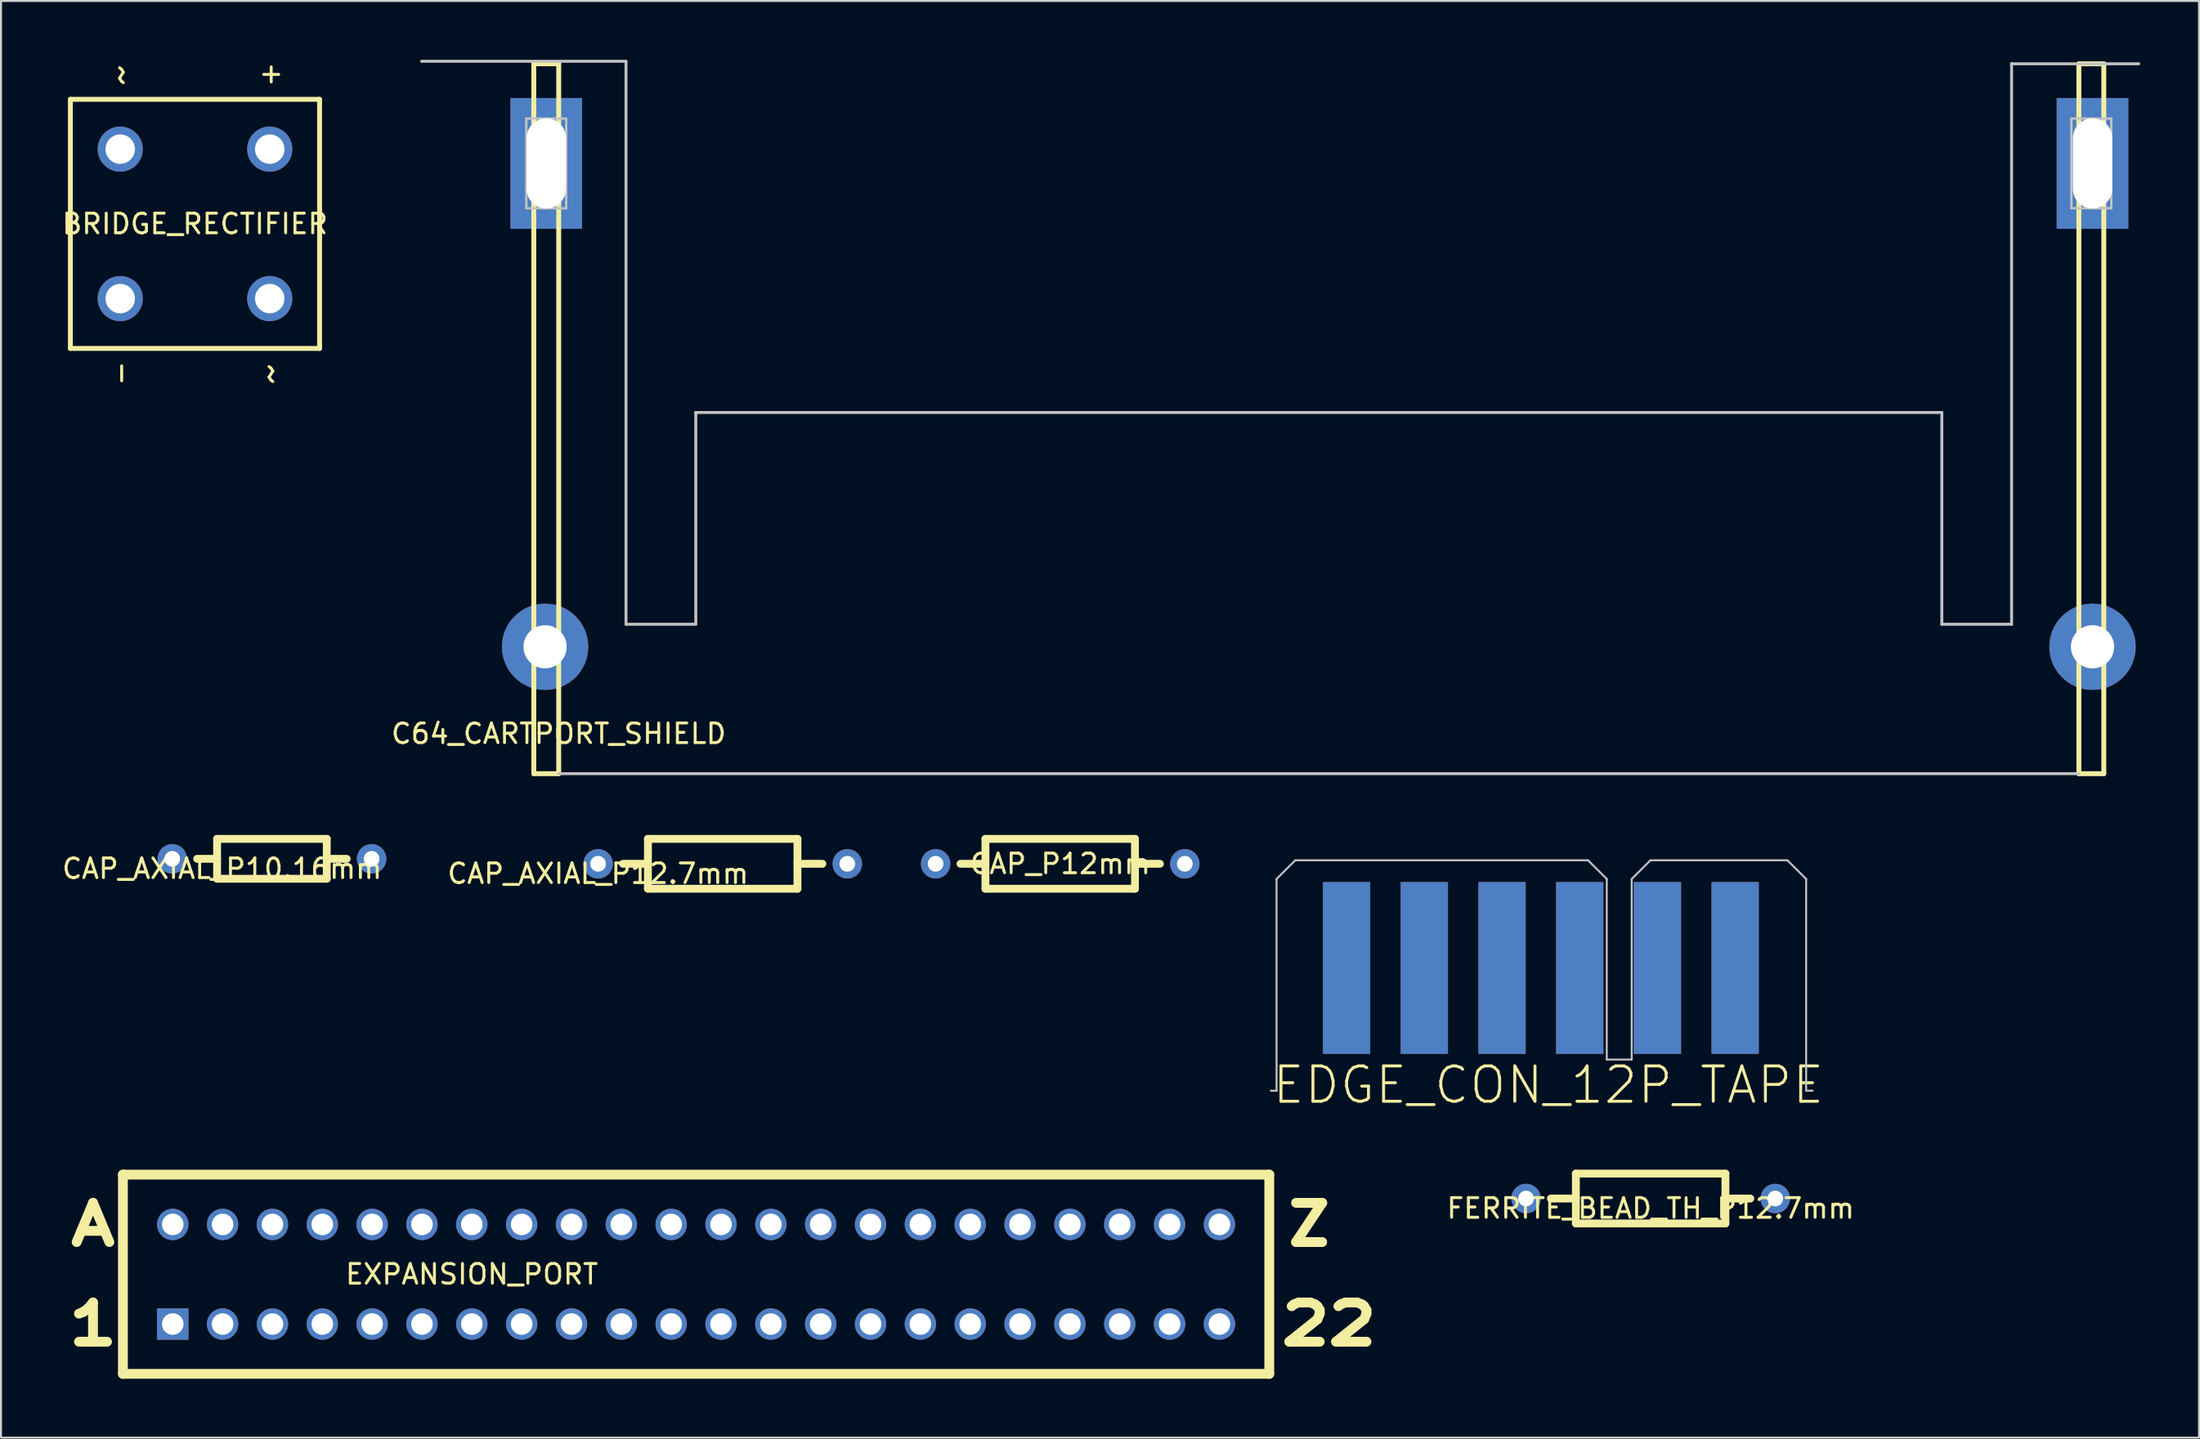
<source format=kicad_pcb>
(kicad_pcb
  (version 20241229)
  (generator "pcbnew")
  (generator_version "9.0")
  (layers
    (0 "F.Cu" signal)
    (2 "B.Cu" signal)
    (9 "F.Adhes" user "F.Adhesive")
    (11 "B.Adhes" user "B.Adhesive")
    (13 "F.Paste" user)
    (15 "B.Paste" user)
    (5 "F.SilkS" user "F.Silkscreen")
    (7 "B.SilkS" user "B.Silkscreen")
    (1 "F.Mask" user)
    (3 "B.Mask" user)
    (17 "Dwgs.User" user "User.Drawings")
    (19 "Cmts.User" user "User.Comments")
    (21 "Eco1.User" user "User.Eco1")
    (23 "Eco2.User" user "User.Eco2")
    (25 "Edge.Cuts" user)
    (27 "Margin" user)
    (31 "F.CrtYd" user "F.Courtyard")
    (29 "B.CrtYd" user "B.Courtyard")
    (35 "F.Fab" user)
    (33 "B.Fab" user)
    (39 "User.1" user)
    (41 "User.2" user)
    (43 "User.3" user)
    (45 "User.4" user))
  (footprint "CAP_AXIAL_P12.7mm"
    (layer "F.Cu")
    (at 27.43 40.992)
    (property "Reference" "CAP_AXIAL_P12.7mm" (at 0 0.5 0) (layer "F.SilkS") (effects (font (size 1 1) (thickness 0.15))))
    (attr through_hole)
    (fp_line (start 1.27 0) (end 2.54 0) (stroke (width 0.4) (type solid)) (layer "F.SilkS"))
    (fp_line (start 2.54 -1.27) (end 10.16 -1.27) (stroke (width 0.4) (type solid)) (layer "F.SilkS"))
    (fp_line (start 2.54 1.27) (end 2.54 -1.27) (stroke (width 0.4) (type solid)) (layer "F.SilkS"))
    (fp_line (start 10.16 -1.27) (end 10.16 1.27) (stroke (width 0.4) (type solid)) (layer "F.SilkS"))
    (fp_line (start 10.16 0) (end 11.43 0) (stroke (width 0.4) (type solid)) (layer "F.SilkS"))
    (fp_line (start 10.16 1.27) (end 2.54 1.27) (stroke (width 0.4) (type solid)) (layer "F.SilkS"))
    (pad "1" thru_hole circle (at 0 0) (size 1.5 1.5) (drill 0.8) (layers "*.Cu" "*.Mask"))
    (pad "2" thru_hole circle (at 12.7 0) (size 1.5 1.5) (drill 0.8) (layers "*.Cu" "*.Mask")))
  (footprint "FERRITE_BEAD_TH_P12.7mm"
    (layer "F.Cu")
    (at 81.069 58.058)
    (property "Reference" "FERRITE_BEAD_TH_P12.7mm" (at 0 0.5 0) (layer "F.SilkS") (effects (font (size 1 1) (thickness 0.15))))
    (attr through_hole)
    (fp_line (start -5.08 0) (end -3.81 0) (stroke (width 0.4) (type solid)) (layer "F.SilkS"))
    (fp_line (start -3.81 -1.27) (end 3.81 -1.27) (stroke (width 0.4) (type solid)) (layer "F.SilkS"))
    (fp_line (start -3.81 1.27) (end -3.81 -1.27) (stroke (width 0.4) (type solid)) (layer "F.SilkS"))
    (fp_line (start 3.81 -1.27) (end 3.81 1.27) (stroke (width 0.4) (type solid)) (layer "F.SilkS"))
    (fp_line (start 3.81 0) (end 5.08 0) (stroke (width 0.4) (type solid)) (layer "F.SilkS"))
    (fp_line (start 3.81 1.27) (end -3.81 1.27) (stroke (width 0.4) (type solid)) (layer "F.SilkS"))
    (pad "1" thru_hole circle (at -6.35 0) (size 1.5 1.5) (drill 0.8) (layers "*.Cu" "*.Mask"))
    (pad "2" thru_hole circle (at 6.35 0) (size 1.5 1.5) (drill 0.8) (layers "*.Cu" "*.Mask")))
  (footprint "CAP_AXIAL_P10.16mm"
    (layer "F.Cu")
    (at 8.268 40.738)
    (property "Reference" "CAP_AXIAL_P10.16mm" (at 0 0.5 0) (layer "F.SilkS") (effects (font (size 1 1) (thickness 0.15))))
    (attr through_hole)
    (fp_line (start -1.27 0) (end -0.254 0) (stroke (width 0.4) (type solid)) (layer "F.SilkS"))
    (fp_line (start -0.254 -1.016) (end 5.334 -1.016) (stroke (width 0.4) (type solid)) (layer "F.SilkS"))
    (fp_line (start -0.254 1.016) (end -0.254 -1.016) (stroke (width 0.4) (type solid)) (layer "F.SilkS"))
    (fp_line (start 5.334 -1.016) (end 5.334 1.016) (stroke (width 0.4) (type solid)) (layer "F.SilkS"))
    (fp_line (start 5.334 0) (end 6.35 0) (stroke (width 0.4) (type solid)) (layer "F.SilkS"))
    (fp_line (start 5.334 1.016) (end -0.254 1.016) (stroke (width 0.4) (type solid)) (layer "F.SilkS"))
    (pad "1" thru_hole circle (at -2.54 0) (size 1.5 1.5) (drill 0.8) (layers "*.Cu" "*.Mask"))
    (pad "2" thru_hole circle (at 7.62 0) (size 1.5 1.5) (drill 0.8) (layers "*.Cu" "*.Mask")))
  (footprint "EXPANSION_PORT"
    (layer "F.Cu")
    (at 5.754 64.458)
    (property "Reference" "EXPANSION_PORT" (at 15.24 -2.54 0) (layer "F.SilkS") (effects (font (size 1 1) (thickness 0.15))))
    (attr through_hole)
    (fp_line (start -2.54 -7.62) (end -2.54 2.54) (stroke (width 0.5) (type solid)) (layer "F.SilkS"))
    (fp_line (start -2.54 -7.62) (end 55.88 -7.62) (stroke (width 0.5) (type solid)) (layer "F.SilkS"))
    (fp_line (start -2.54 2.54) (end 55.88 2.54) (stroke (width 0.5) (type solid)) (layer "F.SilkS"))
    (fp_line (start 55.88 -7.62) (end 55.88 2.54) (stroke (width 0.5) (type solid)) (layer "F.SilkS"))
    (fp_text user "A" (at -4.064 -5.08 0) (layer "F.SilkS") (effects (font (size 2 2.5) (thickness 0.5))))
    (fp_text user "1" (at -4.064 0 0) (layer "F.SilkS") (effects (font (size 2 2.5) (thickness 0.5))))
    (fp_text user "Z" (at 57.912 -5.08 0) (layer "F.SilkS") (effects (font (size 2 2) (thickness 0.5))))
    (fp_text user "22" (at 58.928 0 0) (layer "F.SilkS") (effects (font (size 2 2.5) (thickness 0.5))))
    (pad "1" thru_hole rect (at 0 0) (size 1.6 1.6) (drill 1.1) (layers "*.Cu" "*.Mask"))
    (pad "2" thru_hole circle (at 2.54 0) (size 1.6 1.6) (drill 1.1) (layers "*.Cu" "*.Mask"))
    (pad "3" thru_hole circle (at 5.08 0) (size 1.6 1.6) (drill 1.1) (layers "*.Cu" "*.Mask"))
    (pad "4" thru_hole circle (at 7.62 0) (size 1.6 1.6) (drill 1.1) (layers "*.Cu" "*.Mask"))
    (pad "5" thru_hole circle (at 10.16 0) (size 1.6 1.6) (drill 1.1) (layers "*.Cu" "*.Mask"))
    (pad "6" thru_hole circle (at 12.7 0) (size 1.6 1.6) (drill 1.1) (layers "*.Cu" "*.Mask"))
    (pad "7" thru_hole circle (at 15.24 0) (size 1.6 1.6) (drill 1.1) (layers "*.Cu" "*.Mask"))
    (pad "8" thru_hole circle (at 17.78 0) (size 1.6 1.6) (drill 1.1) (layers "*.Cu" "*.Mask"))
    (pad "9" thru_hole circle (at 20.32 0) (size 1.6 1.6) (drill 1.1) (layers "*.Cu" "*.Mask"))
    (pad "10" thru_hole circle (at 22.86 0) (size 1.6 1.6) (drill 1.1) (layers "*.Cu" "*.Mask"))
    (pad "11" thru_hole circle (at 25.4 0) (size 1.6 1.6) (drill 1.1) (layers "*.Cu" "*.Mask"))
    (pad "12" thru_hole circle (at 27.94 0) (size 1.6 1.6) (drill 1.1) (layers "*.Cu" "*.Mask"))
    (pad "13" thru_hole circle (at 30.48 0) (size 1.6 1.6) (drill 1.1) (layers "*.Cu" "*.Mask"))
    (pad "14" thru_hole circle (at 33.02 0) (size 1.6 1.6) (drill 1.1) (layers "*.Cu" "*.Mask"))
    (pad "15" thru_hole circle (at 35.56 0) (size 1.6 1.6) (drill 1.1) (layers "*.Cu" "*.Mask"))
    (pad "16" thru_hole circle (at 38.1 0) (size 1.6 1.6) (drill 1.1) (layers "*.Cu" "*.Mask"))
    (pad "17" thru_hole circle (at 40.64 0) (size 1.6 1.6) (drill 1.1) (layers "*.Cu" "*.Mask"))
    (pad "18" thru_hole circle (at 43.18 0) (size 1.6 1.6) (drill 1.1) (layers "*.Cu" "*.Mask"))
    (pad "19" thru_hole circle (at 45.72 0) (size 1.6 1.6) (drill 1.1) (layers "*.Cu" "*.Mask"))
    (pad "20" thru_hole circle (at 48.26 0) (size 1.6 1.6) (drill 1.1) (layers "*.Cu" "*.Mask"))
    (pad "21" thru_hole circle (at 50.8 0) (size 1.6 1.6) (drill 1.1) (layers "*.Cu" "*.Mask"))
    (pad "22" thru_hole circle (at 53.34 0) (size 1.6 1.6) (drill 1.1) (layers "*.Cu" "*.Mask"))
    (pad "A" thru_hole circle (at 0 -5.08) (size 1.6 1.6) (drill 1.1) (layers "*.Cu" "*.Mask"))
    (pad "B" thru_hole circle (at 2.54 -5.08) (size 1.6 1.6) (drill 1.1) (layers "*.Cu" "*.Mask"))
    (pad "C" thru_hole circle (at 5.08 -5.08) (size 1.6 1.6) (drill 1.1) (layers "*.Cu" "*.Mask"))
    (pad "D" thru_hole circle (at 7.62 -5.08) (size 1.6 1.6) (drill 1.1) (layers "*.Cu" "*.Mask"))
    (pad "E" thru_hole circle (at 10.16 -5.08) (size 1.6 1.6) (drill 1.1) (layers "*.Cu" "*.Mask"))
    (pad "F" thru_hole circle (at 12.7 -5.08) (size 1.6 1.6) (drill 1.1) (layers "*.Cu" "*.Mask"))
    (pad "H" thru_hole circle (at 15.24 -5.08) (size 1.6 1.6) (drill 1.1) (layers "*.Cu" "*.Mask"))
    (pad "J" thru_hole circle (at 17.78 -5.08) (size 1.6 1.6) (drill 1.1) (layers "*.Cu" "*.Mask"))
    (pad "K" thru_hole circle (at 20.32 -5.08) (size 1.6 1.6) (drill 1.1) (layers "*.Cu" "*.Mask"))
    (pad "L" thru_hole circle (at 22.86 -5.08) (size 1.6 1.6) (drill 1.1) (layers "*.Cu" "*.Mask"))
    (pad "M" thru_hole circle (at 25.4 -5.08) (size 1.6 1.6) (drill 1.1) (layers "*.Cu" "*.Mask"))
    (pad "N" thru_hole circle (at 27.94 -5.08) (size 1.6 1.6) (drill 1.1) (layers "*.Cu" "*.Mask"))
    (pad "P" thru_hole circle (at 30.48 -5.08) (size 1.6 1.6) (drill 1.1) (layers "*.Cu" "*.Mask"))
    (pad "R" thru_hole circle (at 33.02 -5.08) (size 1.6 1.6) (drill 1.1) (layers "*.Cu" "*.Mask"))
    (pad "S" thru_hole circle (at 35.56 -5.08) (size 1.6 1.6) (drill 1.1) (layers "*.Cu" "*.Mask"))
    (pad "T" thru_hole circle (at 38.1 -5.08) (size 1.6 1.6) (drill 1.1) (layers "*.Cu" "*.Mask"))
    (pad "U" thru_hole circle (at 40.64 -5.08) (size 1.6 1.6) (drill 1.1) (layers "*.Cu" "*.Mask"))
    (pad "V" thru_hole circle (at 43.18 -5.08) (size 1.6 1.6) (drill 1.1) (layers "*.Cu" "*.Mask"))
    (pad "W" thru_hole circle (at 45.72 -5.08) (size 1.6 1.6) (drill 1.1) (layers "*.Cu" "*.Mask"))
    (pad "X" thru_hole circle (at 48.26 -5.08) (size 1.6 1.6) (drill 1.1) (layers "*.Cu" "*.Mask"))
    (pad "Y" thru_hole circle (at 50.8 -5.08) (size 1.6 1.6) (drill 1.1) (layers "*.Cu" "*.Mask"))
    (pad "Z" thru_hole circle (at 53.34 -5.08) (size 1.6 1.6) (drill 1.1) (layers "*.Cu" "*.Mask")))
  (footprint "C64_CARTPORT_SHIELD"
    (layer "F.Cu")
    (at 64.158 33.857)
    (property "Reference" "C64_CARTPORT_SHIELD" (at -38.735 0.5 0) (layer "F.SilkS") (effects (font (size 1 1) (thickness 0.15))))
    (attr through_hole)
    (fp_line (start -40.005 -33.655) (end -40.005 2.54) (stroke (width 0.25) (type solid)) (layer "F.SilkS"))
    (fp_line (start -40.005 -33.655) (end -38.735 -33.655) (stroke (width 0.25) (type solid)) (layer "F.SilkS"))
    (fp_line (start -38.735 -33.655) (end -38.735 2.54) (stroke (width 0.25) (type solid)) (layer "F.SilkS"))
    (fp_line (start -38.735 2.54) (end -40.005 2.54) (stroke (width 0.25) (type solid)) (layer "F.SilkS"))
    (fp_line (start 38.735 -33.655) (end 38.735 2.54) (stroke (width 0.25) (type solid)) (layer "F.SilkS"))
    (fp_line (start 38.735 2.54) (end 40.005 2.54) (stroke (width 0.25) (type solid)) (layer "F.SilkS"))
    (fp_line (start 40.005 -33.655) (end 38.735 -33.655) (stroke (width 0.25) (type solid)) (layer "F.SilkS"))
    (fp_line (start 40.005 -33.655) (end 40.005 2.54) (stroke (width 0.25) (type solid)) (layer "F.SilkS"))
    (fp_line (start -40.386 -30.861) (end -40.386 -26.289) (stroke (width 0.12) (type solid)) (layer "Dwgs.User"))
    (fp_line (start -38.354 -30.861) (end -40.386 -30.861) (stroke (width 0.12) (type solid)) (layer "Dwgs.User"))
    (fp_line (start -38.354 -26.289) (end -40.386 -26.289) (stroke (width 0.12) (type solid)) (layer "Dwgs.User"))
    (fp_line (start -38.354 -26.289) (end -38.354 -30.861) (stroke (width 0.12) (type solid)) (layer "Dwgs.User"))
    (fp_line (start -35.306 -33.782) (end -45.72 -33.782) (stroke (width 0.15) (type solid)) (layer "Dwgs.User"))
    (fp_line (start -35.306 -5.08) (end -35.306 -33.782) (stroke (width 0.15) (type solid)) (layer "Dwgs.User"))
    (fp_line (start -31.75 -15.875) (end -31.75 -5.08) (stroke (width 0.15) (type solid)) (layer "Dwgs.User"))
    (fp_line (start -31.75 -15.875) (end 31.75 -15.875) (stroke (width 0.15) (type solid)) (layer "Dwgs.User"))
    (fp_line (start -31.75 -5.08) (end -35.306 -5.08) (stroke (width 0.15) (type solid)) (layer "Dwgs.User"))
    (fp_line (start 31.75 -15.875) (end 31.75 -5.08) (stroke (width 0.15) (type solid)) (layer "Dwgs.User"))
    (fp_line (start 31.75 -5.08) (end 35.306 -5.08) (stroke (width 0.15) (type solid)) (layer "Dwgs.User"))
    (fp_line (start 35.306 -33.655) (end 41.783 -33.655) (stroke (width 0.15) (type solid)) (layer "Dwgs.User"))
    (fp_line (start 35.306 -5.08) (end 35.306 -33.655) (stroke (width 0.15) (type solid)) (layer "Dwgs.User"))
    (fp_line (start 38.354 -30.861) (end 38.354 -26.289) (stroke (width 0.12) (type solid)) (layer "Dwgs.User"))
    (fp_line (start 38.735 2.54) (end -38.735 2.54) (stroke (width 0.15) (type solid)) (layer "Dwgs.User"))
    (fp_line (start 40.386 -30.861) (end 38.354 -30.861) (stroke (width 0.12) (type solid)) (layer "Dwgs.User"))
    (fp_line (start 40.386 -26.289) (end 38.354 -26.289) (stroke (width 0.12) (type solid)) (layer "Dwgs.User"))
    (fp_line (start 40.386 -26.289) (end 40.386 -30.861) (stroke (width 0.12) (type solid)) (layer "Dwgs.User"))
    (pad "1" thru_hole circle (at -39.43 -3.93) (size 4.4 4.4) (drill 2.2) (layers "*.Cu" "*.Mask"))
    (pad "1" thru_hole rect (at -39.37 -28.575) (size 3.65 6.67) (drill oval 2 4.6) (layers "*.Cu" "*.Mask"))
    (pad "1" thru_hole rect (at 39.43 -28.575) (size 3.65 6.67) (drill oval 2 4.6) (layers "*.Cu" "*.Mask"))
    (pad "1" thru_hole circle (at 39.43 -3.93) (size 4.4 4.4) (drill 2.2) (layers "*.Cu" "*.Mask")))
  (footprint "EDGE_CON_12P_TAPE"
    (layer "F.Cu")
    (at 65.575 45.922)
    (property "Reference" "EDGE_CON_12P_TAPE" (at 10.285 6.35 0) (layer "F.SilkS") (effects (font (size 1.8 1.8) (thickness 0.15))))
    (attr through_hole)
    (fp_poly (pts (xy -4.445 -6.35) (xy 24.13 -6.35) (xy 24.13 5.08) (xy -4.445 5.08)) (stroke (width 0.1) (type solid)) (fill yes) (layer "F.Mask"))
    (fp_poly (pts (xy -4.445 5.08) (xy 24.13 5.08) (xy 24.13 -6.35) (xy -4.445 -6.35)) (stroke (width 0.1) (type solid)) (fill yes) (layer "B.Mask"))
    (fp_line (start -3.569 -4.156) (end -2.616 -5.108) (stroke (width 0.1) (type solid)) (layer "Dwgs.User"))
    (fp_line (start -3.569 6.639) (end -3.861 6.639) (stroke (width 0.1) (type solid)) (layer "Dwgs.User"))
    (fp_line (start -3.569 6.639) (end -3.569 -4.156) (stroke (width 0.1) (type solid)) (layer "Dwgs.User"))
    (fp_line (start -2.616 -5.108) (end 12.306 -5.108) (stroke (width 0.1) (type solid)) (layer "Dwgs.User"))
    (fp_line (start 12.306 -5.108) (end 13.259 -4.156) (stroke (width 0.1) (type solid)) (layer "Dwgs.User"))
    (fp_line (start 13.259 -4.156) (end 13.259 5.052) (stroke (width 0.1) (type solid)) (layer "Dwgs.User"))
    (fp_line (start 13.259 5.052) (end 14.529 5.052) (stroke (width 0.1) (type solid)) (layer "Dwgs.User"))
    (fp_line (start 14.529 -4.156) (end 15.481 -5.108) (stroke (width 0.1) (type solid)) (layer "Dwgs.User"))
    (fp_line (start 14.529 5.052) (end 14.529 -4.156) (stroke (width 0.1) (type solid)) (layer "Dwgs.User"))
    (fp_line (start 15.481 -5.108) (end 22.466 -5.108) (stroke (width 0.1) (type solid)) (layer "Dwgs.User"))
    (fp_line (start 22.466 -5.108) (end 23.419 -4.156) (stroke (width 0.1) (type solid)) (layer "Dwgs.User"))
    (fp_line (start 23.419 -4.156) (end 23.419 6.639) (stroke (width 0.1) (type solid)) (layer "Dwgs.User"))
    (fp_line (start 23.419 6.639) (end 23.749 6.639) (stroke (width 0.1) (type solid)) (layer "Dwgs.User"))
    (pad "A,1" connect rect (at 19.8 0.381) (size 2.41 8.76) (layers "F.Cu" "F.Mask"))
    (pad "A,1" connect rect (at 19.8 0.381) (size 2.41 8.76) (layers "F.Mask" "B.Cu"))
    (pad "B,2" connect rect (at 15.84 0.381) (size 2.41 8.76) (layers "F.Cu" "F.Mask"))
    (pad "B,2" connect rect (at 15.84 0.381) (size 2.41 8.76) (layers "F.Mask" "B.Cu"))
    (pad "C,3" connect rect (at 11.88 0.381) (size 2.41 8.76) (layers "F.Cu" "F.Mask"))
    (pad "C,3" connect rect (at 11.88 0.381) (size 2.41 8.76) (layers "F.Mask" "B.Cu"))
    (pad "D,4" connect rect (at 7.92 0.381) (size 2.41 8.76) (layers "F.Cu" "F.Mask"))
    (pad "D,4" connect rect (at 7.92 0.381) (size 2.41 8.76) (layers "F.Mask" "B.Cu"))
    (pad "E,5" connect rect (at 3.96 0.381) (size 2.41 8.76) (layers "F.Cu" "F.Mask"))
    (pad "E,5" connect rect (at 3.96 0.381) (size 2.41 8.76) (layers "F.Mask" "B.Cu"))
    (pad "F,6" connect rect (at 0 0.381) (size 2.41 8.76) (layers "F.Cu" "F.Mask"))
    (pad "F,6" connect rect (at 0 0.381) (size 2.41 8.76) (layers "F.Mask" "B.Cu")))
  (footprint "CAP_P12mm"
    (layer "F.Cu")
    (at 44.63 40.992)
    (property "Reference" "CAP_P12mm" (at 6.35 0 0) (layer "F.SilkS") (effects (font (size 1 1) (thickness 0.15))))
    (attr through_hole)
    (fp_line (start 1.27 0) (end 2.54 0) (stroke (width 0.4) (type solid)) (layer "F.SilkS"))
    (fp_line (start 2.54 -1.27) (end 10.16 -1.27) (stroke (width 0.4) (type solid)) (layer "F.SilkS"))
    (fp_line (start 2.54 1.27) (end 2.54 -1.27) (stroke (width 0.4) (type solid)) (layer "F.SilkS"))
    (fp_line (start 10.16 -1.27) (end 10.16 1.27) (stroke (width 0.4) (type solid)) (layer "F.SilkS"))
    (fp_line (start 10.16 0) (end 11.43 0) (stroke (width 0.4) (type solid)) (layer "F.SilkS"))
    (fp_line (start 10.16 1.27) (end 2.54 1.27) (stroke (width 0.4) (type solid)) (layer "F.SilkS"))
    (pad "1" thru_hole circle (at 0 0) (size 1.5 1.5) (drill 0.8) (layers "*.Cu" "*.Mask"))
    (pad "2" thru_hole circle (at 12.7 0) (size 1.5 1.5) (drill 0.8) (layers "*.Cu" "*.Mask")))
  (footprint "BRIDGE_RECTIFIER"
    (layer "F.Cu")
    (at 10.697 4.554)
    (property "Reference" "BRIDGE_RECTIFIER" (at -3.81 3.81 0) (layer "F.SilkS") (effects (font (size 1 1) (thickness 0.15))))
    (attr through_hole)
    (fp_line (start -10.16 -2.54) (end -10.16 10.16) (stroke (width 0.25) (type solid)) (layer "F.SilkS"))
    (fp_line (start -10.16 -2.54) (end 2.54 -2.54) (stroke (width 0.25) (type solid)) (layer "F.SilkS"))
    (fp_line (start 2.54 -2.54) (end 2.54 10.16) (stroke (width 0.25) (type solid)) (layer "F.SilkS"))
    (fp_line (start 2.54 10.16) (end -10.16 10.16) (stroke (width 0.25) (type solid)) (layer "F.SilkS"))
    (fp_text user "-" (at -7.62 11.43 90) (layer "F.SilkS") (effects (font (size 1 1) (thickness 0.15))))
    (fp_text user "~" (at -7.62 -3.81 90) (layer "F.SilkS") (effects (font (size 2 1.6) (thickness 0.15))))
    (fp_text user "+" (at 0 -3.81 90) (layer "F.SilkS") (effects (font (size 1 1) (thickness 0.15))))
    (fp_text user "~" (at 0 11.43 90) (layer "F.SilkS") (effects (font (size 2 1.6) (thickness 0.15))))
    (pad "1" thru_hole circle (at 0 0) (size 2.3 2.3) (drill 1.5) (layers "*.Cu" "*.Mask"))
    (pad "2" thru_hole circle (at -7.62 0) (size 2.3 2.3) (drill 1.5) (layers "*.Cu" "*.Mask"))
    (pad "3" thru_hole circle (at -7.62 7.62) (size 2.3 2.3) (drill 1.5) (layers "*.Cu" "*.Mask"))
    (pad "4" thru_hole circle (at 0 7.62) (size 2.3 2.3) (drill 1.5) (layers "*.Cu" "*.Mask")))
  (gr_rect
    (start -3 -3)
    (end 109.016 70.248)
    (stroke (width 0.1) (type default))
    (fill no)
    (layer "Edge.Cuts")))
</source>
